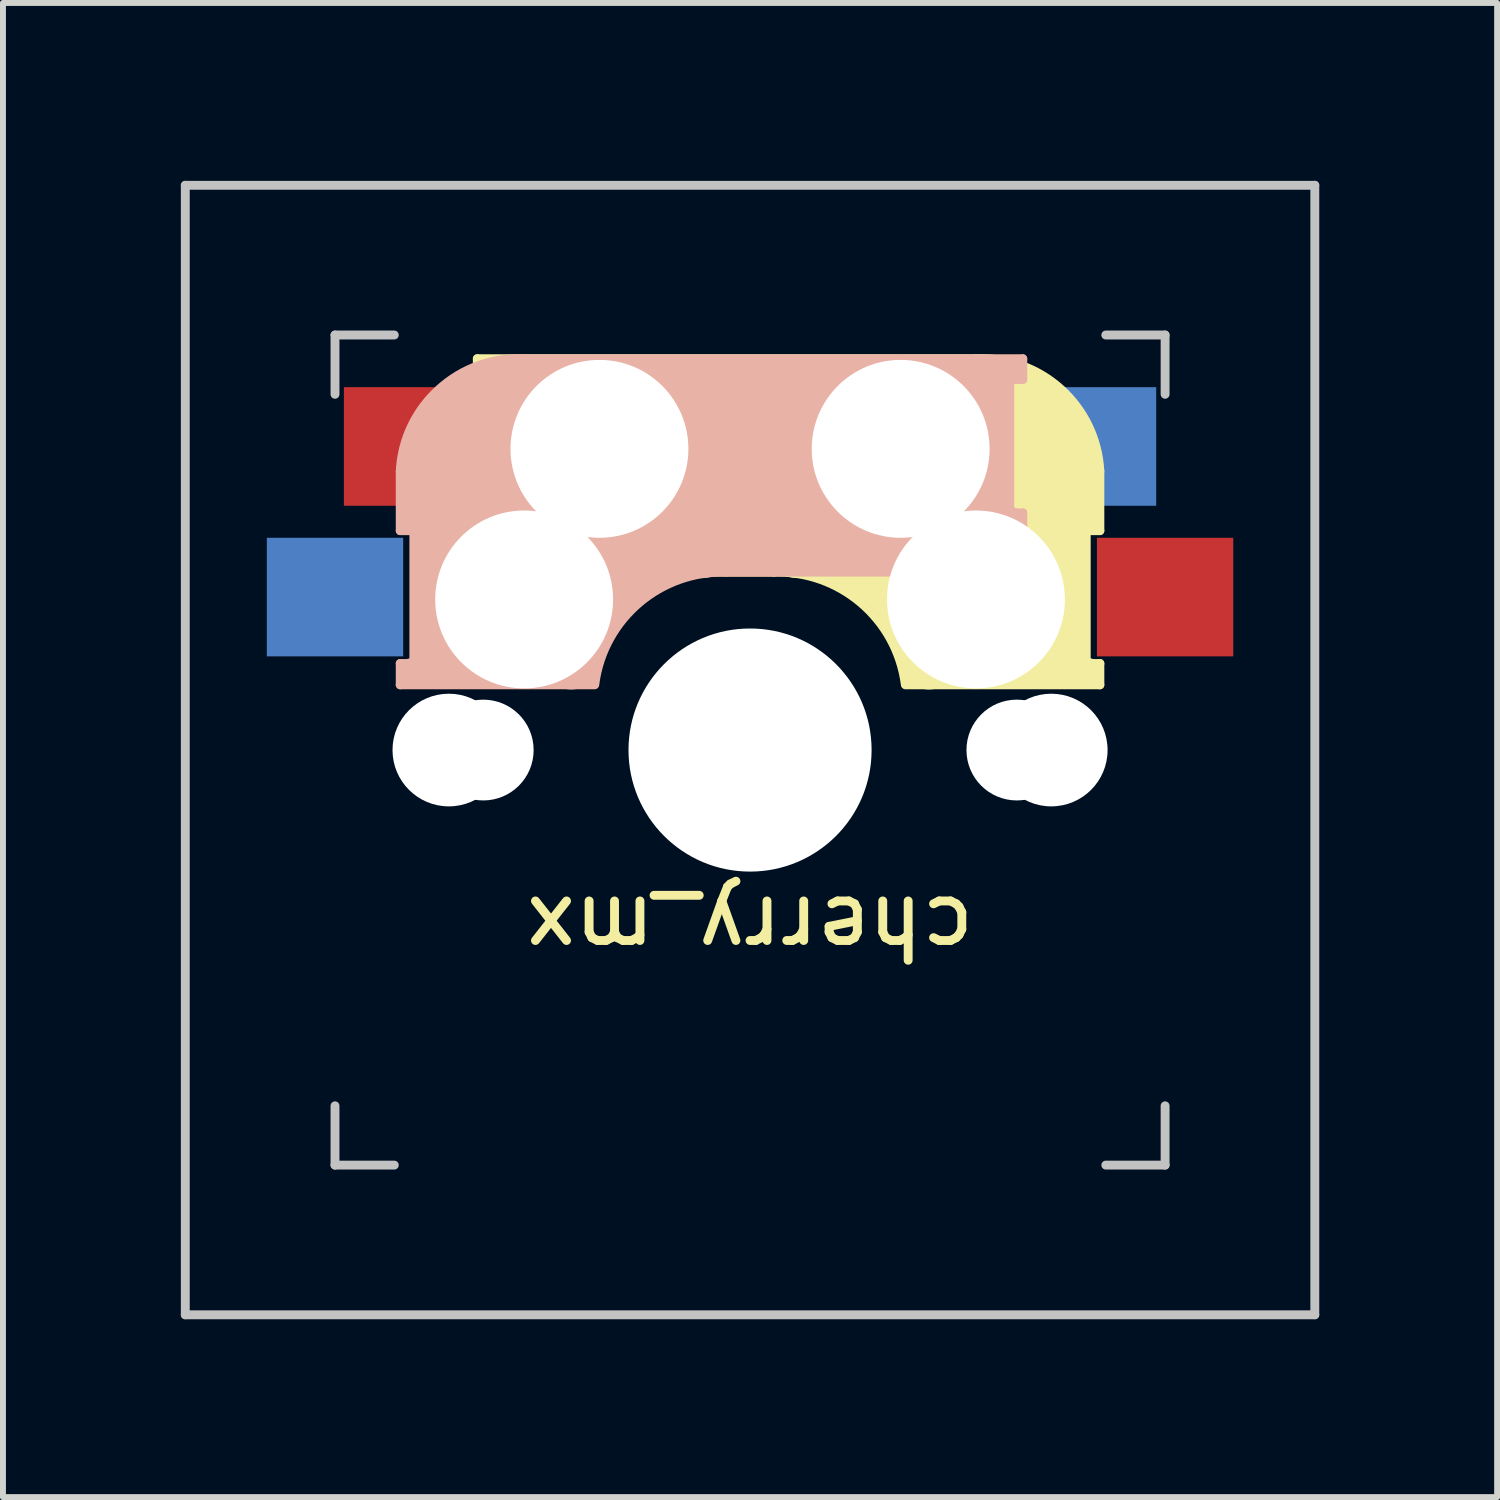
<source format=kicad_pcb>
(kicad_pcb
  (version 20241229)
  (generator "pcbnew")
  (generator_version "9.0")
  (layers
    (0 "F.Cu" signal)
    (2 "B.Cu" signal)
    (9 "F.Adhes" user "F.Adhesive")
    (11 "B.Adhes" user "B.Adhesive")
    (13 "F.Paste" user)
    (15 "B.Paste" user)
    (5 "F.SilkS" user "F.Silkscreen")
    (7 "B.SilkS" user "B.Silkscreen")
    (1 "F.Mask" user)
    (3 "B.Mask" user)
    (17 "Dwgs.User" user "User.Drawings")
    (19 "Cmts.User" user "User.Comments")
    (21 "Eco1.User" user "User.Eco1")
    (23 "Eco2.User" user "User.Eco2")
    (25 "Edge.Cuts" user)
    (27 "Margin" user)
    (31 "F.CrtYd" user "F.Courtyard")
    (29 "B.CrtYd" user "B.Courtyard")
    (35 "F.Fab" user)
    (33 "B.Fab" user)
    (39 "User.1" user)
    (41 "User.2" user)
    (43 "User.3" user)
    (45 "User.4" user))
  (footprint "cherry_mx"
    (layer "F.Cu")
    (at 9.6 9.6)
    (property "Reference" "cherry_mx" (at 0 3 180) (unlocked yes) (layer "F.SilkS") (effects (font (size 1 1) (thickness 0.15))))
    (attr through_hole)
    (fp_line (start -4.6 -6.6) (end 3.8 -6.6) (stroke (width 0.15) (type solid)) (layer "F.SilkS"))
    (fp_line (start -4.6 -6.25) (end -4.6 -6.6) (stroke (width 0.15) (type solid)) (layer "F.SilkS"))
    (fp_line (start -4.6 -4) (end -4.4 -4) (stroke (width 0.15) (type solid)) (layer "F.SilkS"))
    (fp_line (start -4.6 -3) (end -4.6 -4) (stroke (width 0.15) (type solid)) (layer "F.SilkS"))
    (fp_line (start -4.4 -6.4) (end -3 -6.4) (stroke (width 0.4) (type solid)) (layer "F.SilkS"))
    (fp_line (start -4.4 -6.25) (end -4.6 -6.25) (stroke (width 0.15) (type solid)) (layer "F.SilkS"))
    (fp_line (start -4.4 -3.9) (end -4.4 -3.2) (stroke (width 0.4) (type solid)) (layer "F.SilkS"))
    (fp_line (start -4.38 -4) (end -4.38 -6.25) (stroke (width 0.15) (type solid)) (layer "F.SilkS"))
    (fp_line (start -4.3 -3.3) (end -2.9 -3.3) (stroke (width 0.5) (type solid)) (layer "F.SilkS"))
    (fp_line (start -3.9 -6) (end -3.9 -3.5) (stroke (width 1) (type solid)) (layer "F.SilkS"))
    (fp_line (start -2.6 -4.8) (end 4.1 -4.8) (stroke (width 3.5) (type solid)) (layer "F.SilkS"))
    (fp_line (start 0.4 -3) (end -4.6 -3) (stroke (width 0.15) (type solid)) (layer "F.SilkS"))
    (fp_line (start 4.17 -5.1) (end 4.17 -2.86) (stroke (width 3) (type solid)) (layer "F.SilkS"))
    (fp_line (start 5.3 -1.6) (end 5.3 -3.4) (stroke (width 0.8) (type solid)) (layer "F.SilkS"))
    (fp_line (start 5.67 -3.7) (end 5.67 -1.46) (stroke (width 0.15) (type solid)) (layer "F.SilkS"))
    (fp_line (start 5.7 -1.46) (end 5.9 -1.46) (stroke (width 0.15) (type solid)) (layer "F.SilkS"))
    (fp_line (start 5.7 -1.3) (end 3 -1.3) (stroke (width 0.5) (type solid)) (layer "F.SilkS"))
    (fp_line (start 5.8 -3.8) (end 5.8 -4.7) (stroke (width 0.3) (type solid)) (layer "F.SilkS"))
    (fp_line (start 5.9 -4.7) (end 5.9 -3.7) (stroke (width 0.15) (type solid)) (layer "F.SilkS"))
    (fp_line (start 5.9 -3.7) (end 5.7 -3.7) (stroke (width 0.15) (type solid)) (layer "F.SilkS"))
    (fp_line (start 5.9 -1.1) (end 2.62 -1.1) (stroke (width 0.15) (type solid)) (layer "F.SilkS"))
    (fp_line (start 5.9 -1.1) (end 5.9 -1.46) (stroke (width 0.15) (type solid)) (layer "F.SilkS"))
    (fp_arc (start 0.4 -3) (mid 1.868709 -2.486118) (end 2.616318 -1.121471) (stroke (width 0.15) (type solid)) (layer "F.SilkS"))
    (fp_arc (start 0.8 -3.4) (mid 2.268709 -2.886118) (end 3.016318 -1.521471) (stroke (width 1) (type solid)) (layer "F.SilkS"))
    (fp_arc (start 3.8 -6.600001) (mid 5.243504 -6.084925) (end 5.900001 -4.7) (stroke (width 0.15) (type solid)) (layer "F.SilkS"))
    (fp_line (start -5.9 -4.7) (end -5.9 -3.7) (stroke (width 0.15) (type solid)) (layer "B.SilkS"))
    (fp_line (start -5.9 -3.7) (end -5.7 -3.7) (stroke (width 0.15) (type solid)) (layer "B.SilkS"))
    (fp_line (start -5.9 -1.1) (end -5.9 -1.46) (stroke (width 0.15) (type solid)) (layer "B.SilkS"))
    (fp_line (start -5.9 -1.1) (end -2.62 -1.1) (stroke (width 0.15) (type solid)) (layer "B.SilkS"))
    (fp_line (start -5.8 -3.8) (end -5.8 -4.7) (stroke (width 0.3) (type solid)) (layer "B.SilkS"))
    (fp_line (start -5.7 -1.46) (end -5.9 -1.46) (stroke (width 0.15) (type solid)) (layer "B.SilkS"))
    (fp_line (start -5.7 -1.3) (end -3 -1.3) (stroke (width 0.5) (type solid)) (layer "B.SilkS"))
    (fp_line (start -5.67 -3.7) (end -5.67 -1.46) (stroke (width 0.15) (type solid)) (layer "B.SilkS"))
    (fp_line (start -5.3 -1.6) (end -5.3 -3.4) (stroke (width 0.8) (type solid)) (layer "B.SilkS"))
    (fp_line (start -4.17 -5.1) (end -4.17 -2.86) (stroke (width 3) (type solid)) (layer "B.SilkS"))
    (fp_line (start -0.4 -3) (end 4.6 -3) (stroke (width 0.15) (type solid)) (layer "B.SilkS"))
    (fp_line (start 2.6 -4.8) (end -4.1 -4.8) (stroke (width 3.5) (type solid)) (layer "B.SilkS"))
    (fp_line (start 3.9 -6) (end 3.9 -3.5) (stroke (width 1) (type solid)) (layer "B.SilkS"))
    (fp_line (start 4.3 -3.3) (end 2.9 -3.3) (stroke (width 0.5) (type solid)) (layer "B.SilkS"))
    (fp_line (start 4.38 -4) (end 4.38 -6.25) (stroke (width 0.15) (type solid)) (layer "B.SilkS"))
    (fp_line (start 4.4 -6.4) (end 3 -6.4) (stroke (width 0.4) (type solid)) (layer "B.SilkS"))
    (fp_line (start 4.4 -6.25) (end 4.6 -6.25) (stroke (width 0.15) (type solid)) (layer "B.SilkS"))
    (fp_line (start 4.4 -3.9) (end 4.4 -3.2) (stroke (width 0.4) (type solid)) (layer "B.SilkS"))
    (fp_line (start 4.6 -6.6) (end -3.8 -6.6) (stroke (width 0.15) (type solid)) (layer "B.SilkS"))
    (fp_line (start 4.6 -6.25) (end 4.6 -6.6) (stroke (width 0.15) (type solid)) (layer "B.SilkS"))
    (fp_line (start 4.6 -4) (end 4.4 -4) (stroke (width 0.15) (type solid)) (layer "B.SilkS"))
    (fp_line (start 4.6 -3) (end 4.6 -4) (stroke (width 0.15) (type solid)) (layer "B.SilkS"))
    (fp_arc (start -5.9 -4.699999) (mid -5.243504 -6.084924) (end -3.800001 -6.6) (stroke (width 0.15) (type solid)) (layer "B.SilkS"))
    (fp_arc (start -3.016318 -1.521471) (mid -2.268709 -2.886118) (end -0.8 -3.4) (stroke (width 1) (type solid)) (layer "B.SilkS"))
    (fp_arc (start -2.616318 -1.121471) (mid -1.868709 -2.486118) (end -0.4 -3) (stroke (width 0.15) (type solid)) (layer "B.SilkS"))
    (fp_line (start -9.525 -9.525) (end 9.525 -9.525) (stroke (width 0.15) (type solid)) (layer "Dwgs.User"))
    (fp_line (start -9.525 9.525) (end -9.525 -9.525) (stroke (width 0.15) (type solid)) (layer "Dwgs.User"))
    (fp_line (start -7 -7) (end -6 -7) (stroke (width 0.15) (type solid)) (layer "Dwgs.User"))
    (fp_line (start -7 -6) (end -7 -7) (stroke (width 0.15) (type solid)) (layer "Dwgs.User"))
    (fp_line (start -7 6) (end -7 7) (stroke (width 0.15) (type solid)) (layer "Dwgs.User"))
    (fp_line (start -7 7) (end -6 7) (stroke (width 0.15) (type solid)) (layer "Dwgs.User"))
    (fp_line (start 6 7) (end 7 7) (stroke (width 0.15) (type solid)) (layer "Dwgs.User"))
    (fp_line (start 7 -7) (end 6 -7) (stroke (width 0.15) (type solid)) (layer "Dwgs.User"))
    (fp_line (start 7 -7) (end 7 -6) (stroke (width 0.15) (type solid)) (layer "Dwgs.User"))
    (fp_line (start 7 7) (end 7 6) (stroke (width 0.15) (type solid)) (layer "Dwgs.User"))
    (fp_line (start 9.525 -9.525) (end 9.525 9.525) (stroke (width 0.15) (type solid)) (layer "Dwgs.User"))
    (fp_line (start 9.525 9.525) (end -9.525 9.525) (stroke (width 0.15) (type solid)) (layer "Dwgs.User"))
    (pad "" np_thru_hole circle (at -5.08 0) (size 1.9 1.9) (drill 1.9) (layers "*.Cu" "*.Mask"))
    (pad "" np_thru_hole circle (at -4.5 0) (size 1.7 1.7) (drill 1.7) (layers "*.Cu" "*.Mask"))
    (pad "" np_thru_hole circle (at -3.81 -2.54 180) (size 3 3) (drill 3) (layers "*.Cu" "*.Mask"))
    (pad "" np_thru_hole circle (at -2.54 -5.08 180) (size 3 3) (drill 3) (layers "*.Cu" "*.Mask"))
    (pad "" np_thru_hole circle (at 0 0 90) (size 4.1 4.1) (drill 4.1) (layers "*.Cu" "*.Mask"))
    (pad "" np_thru_hole circle (at 2.54 -5.08 180) (size 3 3) (drill 3) (layers "*.Cu" "*.Mask"))
    (pad "" np_thru_hole circle (at 3.81 -2.54 180) (size 3 3) (drill 3) (layers "*.Cu" "*.Mask"))
    (pad "" np_thru_hole circle (at 4.5 0) (size 1.7 1.7) (drill 1.7) (layers "*.Cu" "*.Mask"))
    (pad "" np_thru_hole circle (at 5.08 0) (size 1.9 1.9) (drill 1.9) (layers "*.Cu" "*.Mask"))
    (pad "5" smd rect (at -7 -2.58 180) (size 2.3 2) (layers "B.Cu" "B.Mask" "B.Paste"))
    (pad "5" smd rect (at 7 -2.58 180) (size 2.3 2) (layers "F.Cu" "F.Mask" "F.Paste"))
    (pad "6" smd rect (at -5.7 -5.12 180) (size 2.3 2) (layers "F.Cu" "F.Mask"))
    (pad "6" smd rect (at 5.7 -5.12 180) (size 2.3 2) (layers "B.Cu" "B.Mask" "B.Paste")))
  (gr_rect
    (start -3 -3)
    (end 22.2 22.2)
    (stroke (width 0.1) (type default))
    (fill no)
    (layer "Edge.Cuts")))
</source>
